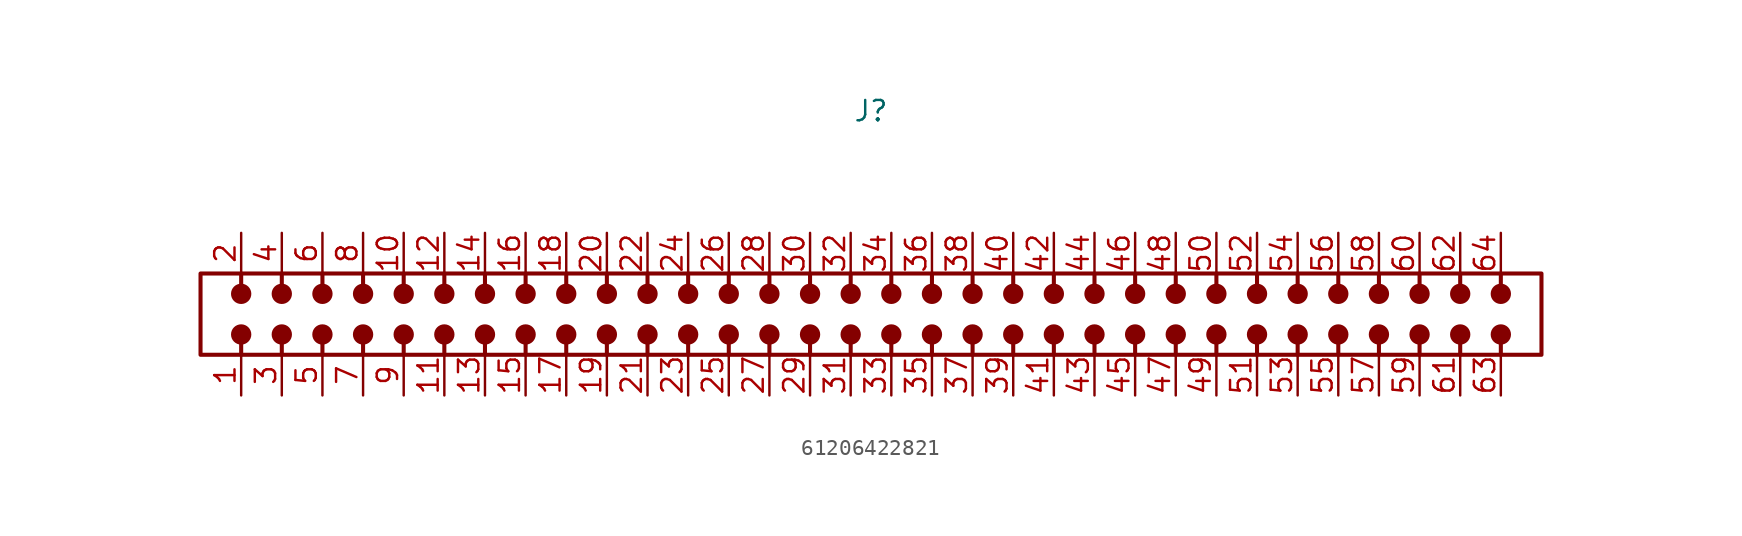
<source format=kicad_sym>
(kicad_symbol_lib
  (version 20241209)
  (generator "kicad_symbol_editor")
  (generator_version "9.0")
  (symbol "61206422821"
    (pin_names
      (hide yes))
    (property "Reference" "J"
      (at 0 12.7 0)
      (effects (font (size 1.27 1.27))))
    (symbol "61206422821_1_1"
      (rectangle (start -41.91 2.54) (end 41.91 -2.54) (stroke (width 0.254) (type solid)) (fill (type none)))
      (polyline (pts (xy -39.37 1.778) (xy -39.37 2.54)) (stroke (width 0.254) (type solid)) (fill (type none)))
      (circle (center -39.37 1.27) (radius 0.508) (stroke (width 0.254) (type solid)) (fill (type outline)))
      (circle (center -39.37 -1.27) (radius 0.508) (stroke (width 0.254) (type solid)) (fill (type outline)))
      (polyline (pts (xy -39.37 -1.778) (xy -39.37 -2.54)) (stroke (width 0.254) (type solid)) (fill (type none)))
      (polyline (pts (xy -36.83 1.778) (xy -36.83 2.54)) (stroke (width 0.254) (type solid)) (fill (type none)))
      (circle (center -36.83 1.27) (radius 0.508) (stroke (width 0.254) (type solid)) (fill (type outline)))
      (circle (center -36.83 -1.27) (radius 0.508) (stroke (width 0.254) (type solid)) (fill (type outline)))
      (polyline (pts (xy -36.83 -1.778) (xy -36.83 -2.54)) (stroke (width 0.254) (type solid)) (fill (type none)))
      (polyline (pts (xy -34.29 1.778) (xy -34.29 2.54)) (stroke (width 0.254) (type solid)) (fill (type none)))
      (circle (center -34.29 1.27) (radius 0.508) (stroke (width 0.254) (type solid)) (fill (type outline)))
      (circle (center -34.29 -1.27) (radius 0.508) (stroke (width 0.254) (type solid)) (fill (type outline)))
      (polyline (pts (xy -34.29 -1.778) (xy -34.29 -2.54)) (stroke (width 0.254) (type solid)) (fill (type none)))
      (polyline (pts (xy -31.75 1.778) (xy -31.75 2.54)) (stroke (width 0.254) (type solid)) (fill (type none)))
      (circle (center -31.75 1.27) (radius 0.508) (stroke (width 0.254) (type solid)) (fill (type outline)))
      (circle (center -31.75 -1.27) (radius 0.508) (stroke (width 0.254) (type solid)) (fill (type outline)))
      (polyline (pts (xy -31.75 -1.778) (xy -31.75 -2.54)) (stroke (width 0.254) (type solid)) (fill (type none)))
      (polyline (pts (xy -29.21 1.778) (xy -29.21 2.54)) (stroke (width 0.254) (type solid)) (fill (type none)))
      (circle (center -29.21 1.27) (radius 0.508) (stroke (width 0.254) (type solid)) (fill (type outline)))
      (circle (center -29.21 -1.27) (radius 0.508) (stroke (width 0.254) (type solid)) (fill (type outline)))
      (polyline (pts (xy -29.21 -1.778) (xy -29.21 -2.54)) (stroke (width 0.254) (type solid)) (fill (type none)))
      (polyline (pts (xy -26.67 1.778) (xy -26.67 2.54)) (stroke (width 0.254) (type solid)) (fill (type none)))
      (circle (center -26.67 1.27) (radius 0.508) (stroke (width 0.254) (type solid)) (fill (type outline)))
      (circle (center -26.67 -1.27) (radius 0.508) (stroke (width 0.254) (type solid)) (fill (type outline)))
      (polyline (pts (xy -26.67 -1.778) (xy -26.67 -2.54)) (stroke (width 0.254) (type solid)) (fill (type none)))
      (polyline (pts (xy -24.13 1.778) (xy -24.13 2.54)) (stroke (width 0.254) (type solid)) (fill (type none)))
      (circle (center -24.13 1.27) (radius 0.508) (stroke (width 0.254) (type solid)) (fill (type outline)))
      (circle (center -24.13 -1.27) (radius 0.508) (stroke (width 0.254) (type solid)) (fill (type outline)))
      (polyline (pts (xy -24.13 -1.778) (xy -24.13 -2.54)) (stroke (width 0.254) (type solid)) (fill (type none)))
      (polyline (pts (xy -21.59 1.778) (xy -21.59 2.54)) (stroke (width 0.254) (type solid)) (fill (type none)))
      (circle (center -21.59 1.27) (radius 0.508) (stroke (width 0.254) (type solid)) (fill (type outline)))
      (circle (center -21.59 -1.27) (radius 0.508) (stroke (width 0.254) (type solid)) (fill (type outline)))
      (polyline (pts (xy -21.59 -1.778) (xy -21.59 -2.54)) (stroke (width 0.254) (type solid)) (fill (type none)))
      (polyline (pts (xy -19.05 1.778) (xy -19.05 2.54)) (stroke (width 0.254) (type solid)) (fill (type none)))
      (circle (center -19.05 1.27) (radius 0.508) (stroke (width 0.254) (type solid)) (fill (type outline)))
      (circle (center -19.05 -1.27) (radius 0.508) (stroke (width 0.254) (type solid)) (fill (type outline)))
      (polyline (pts (xy -19.05 -1.778) (xy -19.05 -2.54)) (stroke (width 0.254) (type solid)) (fill (type none)))
      (polyline (pts (xy -16.51 1.778) (xy -16.51 2.54)) (stroke (width 0.254) (type solid)) (fill (type none)))
      (circle (center -16.51 1.27) (radius 0.508) (stroke (width 0.254) (type solid)) (fill (type outline)))
      (circle (center -16.51 -1.27) (radius 0.508) (stroke (width 0.254) (type solid)) (fill (type outline)))
      (polyline (pts (xy -16.51 -1.778) (xy -16.51 -2.54)) (stroke (width 0.254) (type solid)) (fill (type none)))
      (polyline (pts (xy -13.97 1.778) (xy -13.97 2.54)) (stroke (width 0.254) (type solid)) (fill (type none)))
      (circle (center -13.97 1.27) (radius 0.508) (stroke (width 0.254) (type solid)) (fill (type outline)))
      (circle (center -13.97 -1.27) (radius 0.508) (stroke (width 0.254) (type solid)) (fill (type outline)))
      (polyline (pts (xy -13.97 -1.778) (xy -13.97 -2.54)) (stroke (width 0.254) (type solid)) (fill (type none)))
      (polyline (pts (xy -11.43 1.778) (xy -11.43 2.54)) (stroke (width 0.254) (type solid)) (fill (type none)))
      (circle (center -11.43 1.27) (radius 0.508) (stroke (width 0.254) (type solid)) (fill (type outline)))
      (circle (center -11.43 -1.27) (radius 0.508) (stroke (width 0.254) (type solid)) (fill (type outline)))
      (polyline (pts (xy -11.43 -1.778) (xy -11.43 -2.54)) (stroke (width 0.254) (type solid)) (fill (type none)))
      (polyline (pts (xy -8.89 1.778) (xy -8.89 2.54)) (stroke (width 0.254) (type solid)) (fill (type none)))
      (circle (center -8.89 1.27) (radius 0.508) (stroke (width 0.254) (type solid)) (fill (type outline)))
      (circle (center -8.89 -1.27) (radius 0.508) (stroke (width 0.254) (type solid)) (fill (type outline)))
      (polyline (pts (xy -8.89 -1.778) (xy -8.89 -2.54)) (stroke (width 0.254) (type solid)) (fill (type none)))
      (polyline (pts (xy -6.35 1.778) (xy -6.35 2.54)) (stroke (width 0.254) (type solid)) (fill (type none)))
      (circle (center -6.35 1.27) (radius 0.508) (stroke (width 0.254) (type solid)) (fill (type outline)))
      (circle (center -6.35 -1.27) (radius 0.508) (stroke (width 0.254) (type solid)) (fill (type outline)))
      (polyline (pts (xy -6.35 -1.778) (xy -6.35 -2.54)) (stroke (width 0.254) (type solid)) (fill (type none)))
      (polyline (pts (xy -3.81 1.778) (xy -3.81 2.54)) (stroke (width 0.254) (type solid)) (fill (type none)))
      (circle (center -3.81 1.27) (radius 0.508) (stroke (width 0.254) (type solid)) (fill (type outline)))
      (circle (center -3.81 -1.27) (radius 0.508) (stroke (width 0.254) (type solid)) (fill (type outline)))
      (polyline (pts (xy -3.81 -1.778) (xy -3.81 -2.54)) (stroke (width 0.254) (type solid)) (fill (type none)))
      (polyline (pts (xy -1.27 1.778) (xy -1.27 2.54)) (stroke (width 0.254) (type solid)) (fill (type none)))
      (circle (center -1.27 1.27) (radius 0.508) (stroke (width 0.254) (type solid)) (fill (type outline)))
      (circle (center -1.27 -1.27) (radius 0.508) (stroke (width 0.254) (type solid)) (fill (type outline)))
      (polyline (pts (xy -1.27 -1.778) (xy -1.27 -2.54)) (stroke (width 0.254) (type solid)) (fill (type none)))
      (polyline (pts (xy 1.27 1.778) (xy 1.27 2.54)) (stroke (width 0.254) (type solid)) (fill (type none)))
      (circle (center 1.27 1.27) (radius 0.508) (stroke (width 0.254) (type solid)) (fill (type outline)))
      (circle (center 1.27 -1.27) (radius 0.508) (stroke (width 0.254) (type solid)) (fill (type outline)))
      (polyline (pts (xy 1.27 -1.778) (xy 1.27 -2.54)) (stroke (width 0.254) (type solid)) (fill (type none)))
      (polyline (pts (xy 3.81 1.778) (xy 3.81 2.54)) (stroke (width 0.254) (type solid)) (fill (type none)))
      (circle (center 3.81 1.27) (radius 0.508) (stroke (width 0.254) (type solid)) (fill (type outline)))
      (circle (center 3.81 -1.27) (radius 0.508) (stroke (width 0.254) (type solid)) (fill (type outline)))
      (polyline (pts (xy 3.81 -1.778) (xy 3.81 -2.54)) (stroke (width 0.254) (type solid)) (fill (type none)))
      (polyline (pts (xy 6.35 1.778) (xy 6.35 2.54)) (stroke (width 0.254) (type solid)) (fill (type none)))
      (circle (center 6.35 1.27) (radius 0.508) (stroke (width 0.254) (type solid)) (fill (type outline)))
      (circle (center 6.35 -1.27) (radius 0.508) (stroke (width 0.254) (type solid)) (fill (type outline)))
      (polyline (pts (xy 6.35 -1.778) (xy 6.35 -2.54)) (stroke (width 0.254) (type solid)) (fill (type none)))
      (polyline (pts (xy 8.89 1.778) (xy 8.89 2.54)) (stroke (width 0.254) (type solid)) (fill (type none)))
      (circle (center 8.89 1.27) (radius 0.508) (stroke (width 0.254) (type solid)) (fill (type outline)))
      (circle (center 8.89 -1.27) (radius 0.508) (stroke (width 0.254) (type solid)) (fill (type outline)))
      (polyline (pts (xy 8.89 -1.778) (xy 8.89 -2.54)) (stroke (width 0.254) (type solid)) (fill (type none)))
      (polyline (pts (xy 11.43 1.778) (xy 11.43 2.54)) (stroke (width 0.254) (type solid)) (fill (type none)))
      (circle (center 11.43 1.27) (radius 0.508) (stroke (width 0.254) (type solid)) (fill (type outline)))
      (circle (center 11.43 -1.27) (radius 0.508) (stroke (width 0.254) (type solid)) (fill (type outline)))
      (polyline (pts (xy 11.43 -1.778) (xy 11.43 -2.54)) (stroke (width 0.254) (type solid)) (fill (type none)))
      (polyline (pts (xy 13.97 1.778) (xy 13.97 2.54)) (stroke (width 0.254) (type solid)) (fill (type none)))
      (circle (center 13.97 1.27) (radius 0.508) (stroke (width 0.254) (type solid)) (fill (type outline)))
      (circle (center 13.97 -1.27) (radius 0.508) (stroke (width 0.254) (type solid)) (fill (type outline)))
      (polyline (pts (xy 13.97 -1.778) (xy 13.97 -2.54)) (stroke (width 0.254) (type solid)) (fill (type none)))
      (polyline (pts (xy 16.51 1.778) (xy 16.51 2.54)) (stroke (width 0.254) (type solid)) (fill (type none)))
      (circle (center 16.51 1.27) (radius 0.508) (stroke (width 0.254) (type solid)) (fill (type outline)))
      (circle (center 16.51 -1.27) (radius 0.508) (stroke (width 0.254) (type solid)) (fill (type outline)))
      (polyline (pts (xy 16.51 -1.778) (xy 16.51 -2.54)) (stroke (width 0.254) (type solid)) (fill (type none)))
      (polyline (pts (xy 19.05 1.778) (xy 19.05 2.54)) (stroke (width 0.254) (type solid)) (fill (type none)))
      (circle (center 19.05 1.27) (radius 0.508) (stroke (width 0.254) (type solid)) (fill (type outline)))
      (circle (center 19.05 -1.27) (radius 0.508) (stroke (width 0.254) (type solid)) (fill (type outline)))
      (polyline (pts (xy 19.05 -1.778) (xy 19.05 -2.54)) (stroke (width 0.254) (type solid)) (fill (type none)))
      (polyline (pts (xy 21.59 1.778) (xy 21.59 2.54)) (stroke (width 0.254) (type solid)) (fill (type none)))
      (circle (center 21.59 1.27) (radius 0.508) (stroke (width 0.254) (type solid)) (fill (type outline)))
      (circle (center 21.59 -1.27) (radius 0.508) (stroke (width 0.254) (type solid)) (fill (type outline)))
      (polyline (pts (xy 21.59 -1.778) (xy 21.59 -2.54)) (stroke (width 0.254) (type solid)) (fill (type none)))
      (polyline (pts (xy 24.13 1.778) (xy 24.13 2.54)) (stroke (width 0.254) (type solid)) (fill (type none)))
      (circle (center 24.13 1.27) (radius 0.508) (stroke (width 0.254) (type solid)) (fill (type outline)))
      (circle (center 24.13 -1.27) (radius 0.508) (stroke (width 0.254) (type solid)) (fill (type outline)))
      (polyline (pts (xy 24.13 -1.778) (xy 24.13 -2.54)) (stroke (width 0.254) (type solid)) (fill (type none)))
      (polyline (pts (xy 26.67 1.778) (xy 26.67 2.54)) (stroke (width 0.254) (type solid)) (fill (type none)))
      (circle (center 26.67 1.27) (radius 0.508) (stroke (width 0.254) (type solid)) (fill (type outline)))
      (circle (center 26.67 -1.27) (radius 0.508) (stroke (width 0.254) (type solid)) (fill (type outline)))
      (polyline (pts (xy 26.67 -1.778) (xy 26.67 -2.54)) (stroke (width 0.254) (type solid)) (fill (type none)))
      (polyline (pts (xy 29.21 1.778) (xy 29.21 2.54)) (stroke (width 0.254) (type solid)) (fill (type none)))
      (circle (center 29.21 1.27) (radius 0.508) (stroke (width 0.254) (type solid)) (fill (type outline)))
      (circle (center 29.21 -1.27) (radius 0.508) (stroke (width 0.254) (type solid)) (fill (type outline)))
      (polyline (pts (xy 29.21 -1.778) (xy 29.21 -2.54)) (stroke (width 0.254) (type solid)) (fill (type none)))
      (polyline (pts (xy 31.75 1.778) (xy 31.75 2.54)) (stroke (width 0.254) (type solid)) (fill (type none)))
      (circle (center 31.75 1.27) (radius 0.508) (stroke (width 0.254) (type solid)) (fill (type outline)))
      (circle (center 31.75 -1.27) (radius 0.508) (stroke (width 0.254) (type solid)) (fill (type outline)))
      (polyline (pts (xy 31.75 -1.778) (xy 31.75 -2.54)) (stroke (width 0.254) (type solid)) (fill (type none)))
      (polyline (pts (xy 34.29 1.778) (xy 34.29 2.54)) (stroke (width 0.254) (type solid)) (fill (type none)))
      (circle (center 34.29 1.27) (radius 0.508) (stroke (width 0.254) (type solid)) (fill (type outline)))
      (circle (center 34.29 -1.27) (radius 0.508) (stroke (width 0.254) (type solid)) (fill (type outline)))
      (polyline (pts (xy 34.29 -1.778) (xy 34.29 -2.54)) (stroke (width 0.254) (type solid)) (fill (type none)))
      (polyline (pts (xy 36.83 1.778) (xy 36.83 2.54)) (stroke (width 0.254) (type solid)) (fill (type none)))
      (circle (center 36.83 1.27) (radius 0.508) (stroke (width 0.254) (type solid)) (fill (type outline)))
      (circle (center 36.83 -1.27) (radius 0.508) (stroke (width 0.254) (type solid)) (fill (type outline)))
      (polyline (pts (xy 36.83 -1.778) (xy 36.83 -2.54)) (stroke (width 0.254) (type solid)) (fill (type none)))
      (polyline (pts (xy 39.37 1.778) (xy 39.37 2.54)) (stroke (width 0.254) (type solid)) (fill (type none)))
      (circle (center 39.37 1.27) (radius 0.508) (stroke (width 0.254) (type solid)) (fill (type outline)))
      (circle (center 39.37 -1.27) (radius 0.508) (stroke (width 0.254) (type solid)) (fill (type outline)))
      (polyline (pts (xy 39.37 -1.778) (xy 39.37 -2.54)) (stroke (width 0.254) (type solid)) (fill (type none)))
      (pin passive line (at -39.37 5.08 270) (length 2.54) (name "2" (effects (font (size 1.27 1.27)))) (number "2" (effects (font (size 1.27 1.27)))))
      (pin passive line (at -39.37 -5.08 90) (length 2.54) (name "1" (effects (font (size 1.27 1.27)))) (number "1" (effects (font (size 1.27 1.27)))))
      (pin passive line (at -36.83 5.08 270) (length 2.54) (name "4" (effects (font (size 1.27 1.27)))) (number "4" (effects (font (size 1.27 1.27)))))
      (pin passive line (at -36.83 -5.08 90) (length 2.54) (name "3" (effects (font (size 1.27 1.27)))) (number "3" (effects (font (size 1.27 1.27)))))
      (pin passive line (at -34.29 5.08 270) (length 2.54) (name "6" (effects (font (size 1.27 1.27)))) (number "6" (effects (font (size 1.27 1.27)))))
      (pin passive line (at -34.29 -5.08 90) (length 2.54) (name "5" (effects (font (size 1.27 1.27)))) (number "5" (effects (font (size 1.27 1.27)))))
      (pin passive line (at -31.75 5.08 270) (length 2.54) (name "8" (effects (font (size 1.27 1.27)))) (number "8" (effects (font (size 1.27 1.27)))))
      (pin passive line (at -31.75 -5.08 90) (length 2.54) (name "7" (effects (font (size 1.27 1.27)))) (number "7" (effects (font (size 1.27 1.27)))))
      (pin passive line (at -29.21 5.08 270) (length 2.54) (name "10" (effects (font (size 1.27 1.27)))) (number "10" (effects (font (size 1.27 1.27)))))
      (pin passive line (at -29.21 -5.08 90) (length 2.54) (name "9" (effects (font (size 1.27 1.27)))) (number "9" (effects (font (size 1.27 1.27)))))
      (pin passive line (at -26.67 5.08 270) (length 2.54) (name "12" (effects (font (size 1.27 1.27)))) (number "12" (effects (font (size 1.27 1.27)))))
      (pin passive line (at -26.67 -5.08 90) (length 2.54) (name "11" (effects (font (size 1.27 1.27)))) (number "11" (effects (font (size 1.27 1.27)))))
      (pin passive line (at -24.13 5.08 270) (length 2.54) (name "14" (effects (font (size 1.27 1.27)))) (number "14" (effects (font (size 1.27 1.27)))))
      (pin passive line (at -24.13 -5.08 90) (length 2.54) (name "13" (effects (font (size 1.27 1.27)))) (number "13" (effects (font (size 1.27 1.27)))))
      (pin passive line (at -21.59 5.08 270) (length 2.54) (name "16" (effects (font (size 1.27 1.27)))) (number "16" (effects (font (size 1.27 1.27)))))
      (pin passive line (at -21.59 -5.08 90) (length 2.54) (name "15" (effects (font (size 1.27 1.27)))) (number "15" (effects (font (size 1.27 1.27)))))
      (pin passive line (at -19.05 5.08 270) (length 2.54) (name "18" (effects (font (size 1.27 1.27)))) (number "18" (effects (font (size 1.27 1.27)))))
      (pin passive line (at -19.05 -5.08 90) (length 2.54) (name "17" (effects (font (size 1.27 1.27)))) (number "17" (effects (font (size 1.27 1.27)))))
      (pin passive line (at -16.51 5.08 270) (length 2.54) (name "20" (effects (font (size 1.27 1.27)))) (number "20" (effects (font (size 1.27 1.27)))))
      (pin passive line (at -16.51 -5.08 90) (length 2.54) (name "19" (effects (font (size 1.27 1.27)))) (number "19" (effects (font (size 1.27 1.27)))))
      (pin passive line (at -13.97 5.08 270) (length 2.54) (name "22" (effects (font (size 1.27 1.27)))) (number "22" (effects (font (size 1.27 1.27)))))
      (pin passive line (at -13.97 -5.08 90) (length 2.54) (name "21" (effects (font (size 1.27 1.27)))) (number "21" (effects (font (size 1.27 1.27)))))
      (pin passive line (at -11.43 5.08 270) (length 2.54) (name "24" (effects (font (size 1.27 1.27)))) (number "24" (effects (font (size 1.27 1.27)))))
      (pin passive line (at -11.43 -5.08 90) (length 2.54) (name "23" (effects (font (size 1.27 1.27)))) (number "23" (effects (font (size 1.27 1.27)))))
      (pin passive line (at -8.89 5.08 270) (length 2.54) (name "26" (effects (font (size 1.27 1.27)))) (number "26" (effects (font (size 1.27 1.27)))))
      (pin passive line (at -8.89 -5.08 90) (length 2.54) (name "25" (effects (font (size 1.27 1.27)))) (number "25" (effects (font (size 1.27 1.27)))))
      (pin passive line (at -6.35 5.08 270) (length 2.54) (name "28" (effects (font (size 1.27 1.27)))) (number "28" (effects (font (size 1.27 1.27)))))
      (pin passive line (at -6.35 -5.08 90) (length 2.54) (name "27" (effects (font (size 1.27 1.27)))) (number "27" (effects (font (size 1.27 1.27)))))
      (pin passive line (at -3.81 5.08 270) (length 2.54) (name "30" (effects (font (size 1.27 1.27)))) (number "30" (effects (font (size 1.27 1.27)))))
      (pin passive line (at -3.81 -5.08 90) (length 2.54) (name "29" (effects (font (size 1.27 1.27)))) (number "29" (effects (font (size 1.27 1.27)))))
      (pin passive line (at -1.27 5.08 270) (length 2.54) (name "32" (effects (font (size 1.27 1.27)))) (number "32" (effects (font (size 1.27 1.27)))))
      (pin passive line (at -1.27 -5.08 90) (length 2.54) (name "31" (effects (font (size 1.27 1.27)))) (number "31" (effects (font (size 1.27 1.27)))))
      (pin passive line (at 1.27 5.08 270) (length 2.54) (name "34" (effects (font (size 1.27 1.27)))) (number "34" (effects (font (size 1.27 1.27)))))
      (pin passive line (at 1.27 -5.08 90) (length 2.54) (name "33" (effects (font (size 1.27 1.27)))) (number "33" (effects (font (size 1.27 1.27)))))
      (pin passive line (at 3.81 5.08 270) (length 2.54) (name "36" (effects (font (size 1.27 1.27)))) (number "36" (effects (font (size 1.27 1.27)))))
      (pin passive line (at 3.81 -5.08 90) (length 2.54) (name "35" (effects (font (size 1.27 1.27)))) (number "35" (effects (font (size 1.27 1.27)))))
      (pin passive line (at 6.35 5.08 270) (length 2.54) (name "38" (effects (font (size 1.27 1.27)))) (number "38" (effects (font (size 1.27 1.27)))))
      (pin passive line (at 6.35 -5.08 90) (length 2.54) (name "37" (effects (font (size 1.27 1.27)))) (number "37" (effects (font (size 1.27 1.27)))))
      (pin passive line (at 8.89 5.08 270) (length 2.54) (name "40" (effects (font (size 1.27 1.27)))) (number "40" (effects (font (size 1.27 1.27)))))
      (pin passive line (at 8.89 -5.08 90) (length 2.54) (name "39" (effects (font (size 1.27 1.27)))) (number "39" (effects (font (size 1.27 1.27)))))
      (pin passive line (at 11.43 5.08 270) (length 2.54) (name "42" (effects (font (size 1.27 1.27)))) (number "42" (effects (font (size 1.27 1.27)))))
      (pin passive line (at 11.43 -5.08 90) (length 2.54) (name "41" (effects (font (size 1.27 1.27)))) (number "41" (effects (font (size 1.27 1.27)))))
      (pin passive line (at 13.97 5.08 270) (length 2.54) (name "44" (effects (font (size 1.27 1.27)))) (number "44" (effects (font (size 1.27 1.27)))))
      (pin passive line (at 13.97 -5.08 90) (length 2.54) (name "43" (effects (font (size 1.27 1.27)))) (number "43" (effects (font (size 1.27 1.27)))))
      (pin passive line (at 16.51 5.08 270) (length 2.54) (name "46" (effects (font (size 1.27 1.27)))) (number "46" (effects (font (size 1.27 1.27)))))
      (pin passive line (at 16.51 -5.08 90) (length 2.54) (name "45" (effects (font (size 1.27 1.27)))) (number "45" (effects (font (size 1.27 1.27)))))
      (pin passive line (at 19.05 5.08 270) (length 2.54) (name "48" (effects (font (size 1.27 1.27)))) (number "48" (effects (font (size 1.27 1.27)))))
      (pin passive line (at 19.05 -5.08 90) (length 2.54) (name "47" (effects (font (size 1.27 1.27)))) (number "47" (effects (font (size 1.27 1.27)))))
      (pin passive line (at 21.59 5.08 270) (length 2.54) (name "50" (effects (font (size 1.27 1.27)))) (number "50" (effects (font (size 1.27 1.27)))))
      (pin passive line (at 21.59 -5.08 90) (length 2.54) (name "49" (effects (font (size 1.27 1.27)))) (number "49" (effects (font (size 1.27 1.27)))))
      (pin passive line (at 24.13 5.08 270) (length 2.54) (name "52" (effects (font (size 1.27 1.27)))) (number "52" (effects (font (size 1.27 1.27)))))
      (pin passive line (at 24.13 -5.08 90) (length 2.54) (name "51" (effects (font (size 1.27 1.27)))) (number "51" (effects (font (size 1.27 1.27)))))
      (pin passive line (at 26.67 5.08 270) (length 2.54) (name "54" (effects (font (size 1.27 1.27)))) (number "54" (effects (font (size 1.27 1.27)))))
      (pin passive line (at 26.67 -5.08 90) (length 2.54) (name "53" (effects (font (size 1.27 1.27)))) (number "53" (effects (font (size 1.27 1.27)))))
      (pin passive line (at 29.21 5.08 270) (length 2.54) (name "56" (effects (font (size 1.27 1.27)))) (number "56" (effects (font (size 1.27 1.27)))))
      (pin passive line (at 29.21 -5.08 90) (length 2.54) (name "55" (effects (font (size 1.27 1.27)))) (number "55" (effects (font (size 1.27 1.27)))))
      (pin passive line (at 31.75 5.08 270) (length 2.54) (name "58" (effects (font (size 1.27 1.27)))) (number "58" (effects (font (size 1.27 1.27)))))
      (pin passive line (at 31.75 -5.08 90) (length 2.54) (name "57" (effects (font (size 1.27 1.27)))) (number "57" (effects (font (size 1.27 1.27)))))
      (pin passive line (at 34.29 5.08 270) (length 2.54) (name "60" (effects (font (size 1.27 1.27)))) (number "60" (effects (font (size 1.27 1.27)))))
      (pin passive line (at 34.29 -5.08 90) (length 2.54) (name "59" (effects (font (size 1.27 1.27)))) (number "59" (effects (font (size 1.27 1.27)))))
      (pin passive line (at 36.83 5.08 270) (length 2.54) (name "62" (effects (font (size 1.27 1.27)))) (number "62" (effects (font (size 1.27 1.27)))))
      (pin passive line (at 36.83 -5.08 90) (length 2.54) (name "61" (effects (font (size 1.27 1.27)))) (number "61" (effects (font (size 1.27 1.27)))))
      (pin passive line (at 39.37 5.08 270) (length 2.54) (name "64" (effects (font (size 1.27 1.27)))) (number "64" (effects (font (size 1.27 1.27)))))
      (pin passive line (at 39.37 -5.08 90) (length 2.54) (name "63" (effects (font (size 1.27 1.27)))) (number "63" (effects (font (size 1.27 1.27))))))))
</source>
